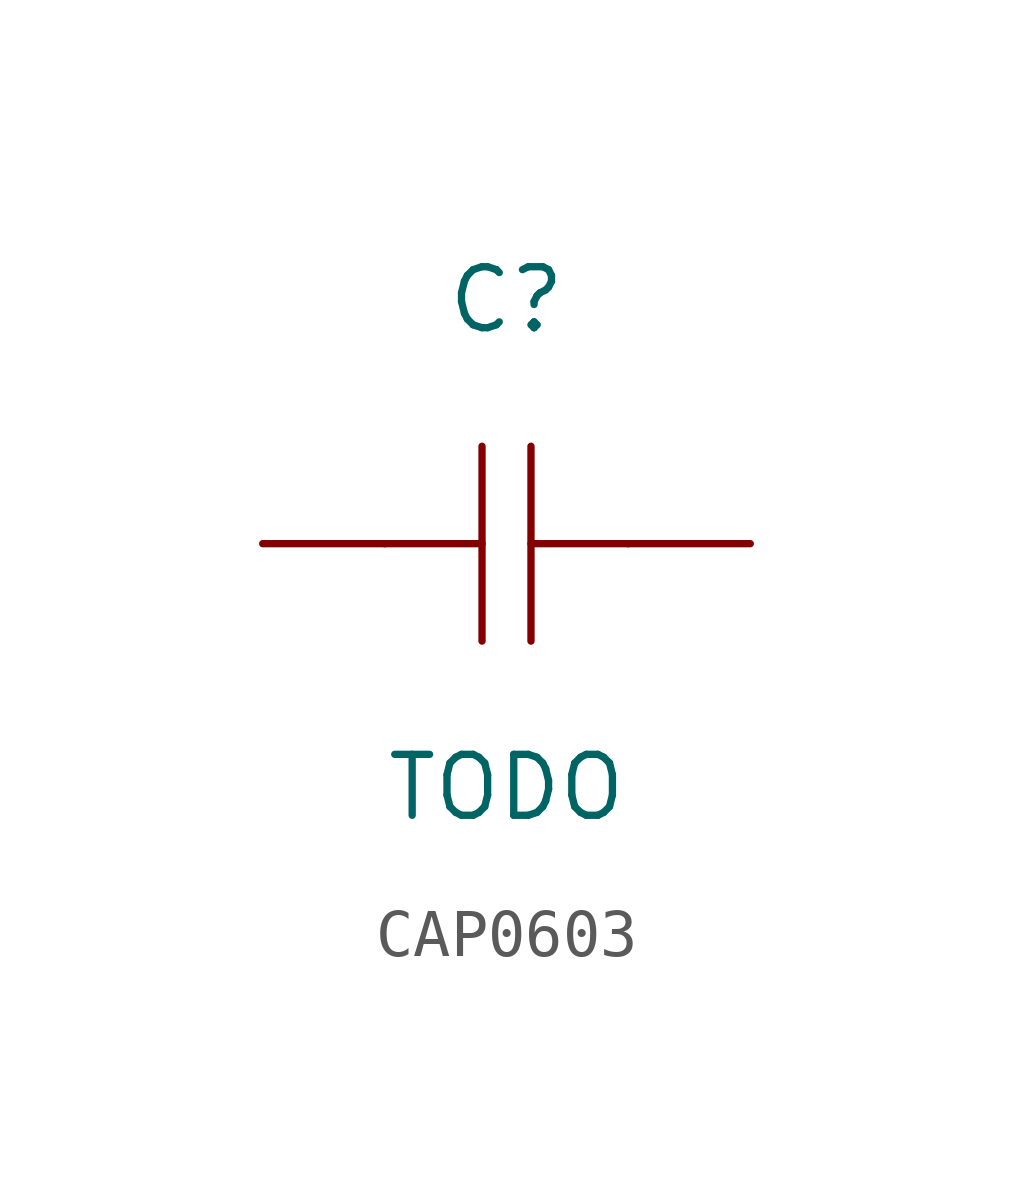
<source format=kicad_sym>
(kicad_symbol_lib
  (version 20241209)
  (generator "kicad_symbol_editor")
  (generator_version "9.0")
  (symbol "CAP0603"
    (property "Reference" "C"
      (at 0 5.08 0)
      (effects (font (size 1.27 1.27))))
    (property "Value" "TODO"
      (at 0 -5.08 0)
      (effects (font (size 1.27 1.27))))
    (symbol "CAP0603_0_1"
      (polyline (pts (xy -0.51 0) (xy -2.54 0)) (stroke (width 0) (type default)) (fill (type none)))
      (polyline (pts (xy -0.51 -2.03) (xy -0.51 2.03)) (stroke (width 0) (type default)) (fill (type none)))
      (polyline (pts (xy 0.51 2.03) (xy 0.51 -2.03)) (stroke (width 0) (type default)) (fill (type none)))
      (polyline (pts (xy 2.54 0) (xy 0.51 0)) (stroke (width 0) (type default)) (fill (type none))))
    (symbol "CAP0603_1_1"
      (pin passive line (at -5.08 0 0) (length 2.54) (name "1" (effects (font (size 0 0)))) (number "1" (effects (font (size 0 0)))))
      (pin passive line (at 5.08 0 180) (length 2.54) (name "2" (effects (font (size 0 0)))) (number "2" (effects (font (size 0 0))))))))
</source>
